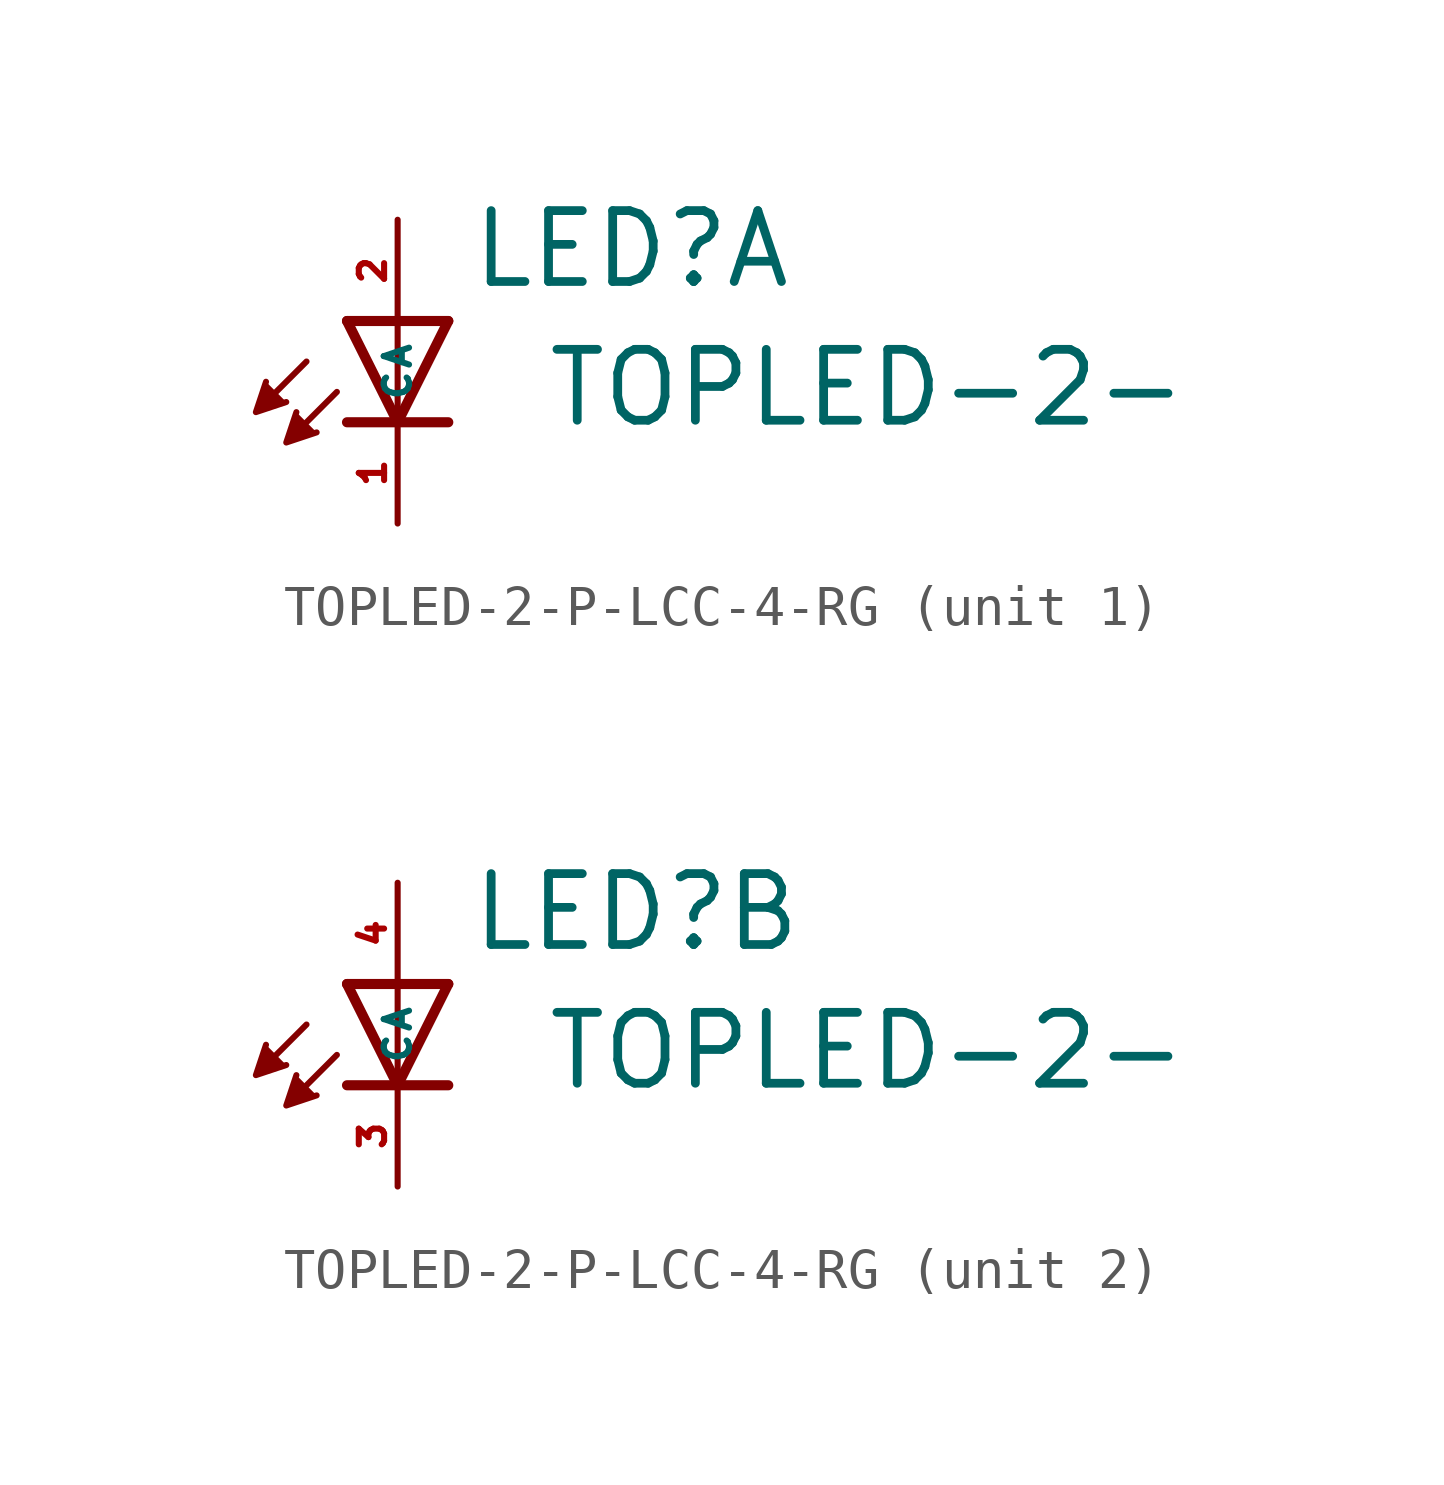
<source format=kicad_sym>
(kicad_symbol_lib
  (version 20220914)
  (generator kicad_symbol_editor)
  (symbol "TOPLED-2-P-LCC-4-RG"
    (property "Reference" "LED"
      (at 1.778 0.762 0)
      (effects (font (size 1.778 1.778) (thickness 0.22)) (justify left bottom)))
    (property "Value" "TOPLED-2-"
      (at 3.683 -2.718 0)
      (effects (font (size 1.778 1.778) (thickness 0.22)) (justify left bottom)))
    (symbol "TOPLED-2-P-LCC-4-RG_1_0"
      (polyline (pts (xy -2.286 -1.016) (xy -3.175 -1.905)) (stroke (width 0.152) (type default)) (fill (type none)))
      (polyline (pts (xy -1.524 -1.778) (xy -2.413 -2.667)) (stroke (width 0.152) (type default)) (fill (type none)))
      (polyline (pts (xy 0 -2.54) (xy -1.27 -2.54)) (stroke (width 0.254) (type default)) (fill (type none)))
      (polyline (pts (xy 0 -2.54) (xy -1.27 0)) (stroke (width 0.254) (type default)) (fill (type none)))
      (polyline (pts (xy 0 0) (xy -1.27 0)) (stroke (width 0.254) (type default)) (fill (type none)))
      (polyline (pts (xy 0 0) (xy 0 -2.54)) (stroke (width 0.152) (type default)) (fill (type none)))
      (polyline (pts (xy 1.27 -2.54) (xy 0 -2.54)) (stroke (width 0.254) (type default)) (fill (type none)))
      (polyline (pts (xy 1.27 0) (xy 0 -2.54)) (stroke (width 0.254) (type default)) (fill (type none)))
      (polyline (pts (xy 1.27 0) (xy 0 0)) (stroke (width 0.254) (type default)) (fill (type none)))
      (polyline (pts (xy -3.302 -1.524) (xy -3.556 -2.286) (xy -2.794 -2.032)) (stroke (width 0.152) (type default)) (fill (type outline)))
      (polyline (pts (xy -2.54 -2.286) (xy -2.794 -3.048) (xy -2.032 -2.794)) (stroke (width 0.152) (type default)) (fill (type outline)))
      (pin passive line (at 0 -5.08 90) (length 2.54) (name "C" (effects (font (size 0.635 0.635)))) (number "1" (effects (font (size 0.635 0.635)))))
      (pin passive line (at 0 2.54 270) (length 2.54) (name "A" (effects (font (size 0.635 0.635)))) (number "2" (effects (font (size 0.635 0.635))))))
    (symbol "TOPLED-2-P-LCC-4-RG_2_0"
      (polyline (pts (xy -2.286 -1.016) (xy -3.175 -1.905)) (stroke (width 0.152) (type default)) (fill (type none)))
      (polyline (pts (xy -1.524 -1.778) (xy -2.413 -2.667)) (stroke (width 0.152) (type default)) (fill (type none)))
      (polyline (pts (xy 0 -2.54) (xy -1.27 -2.54)) (stroke (width 0.254) (type default)) (fill (type none)))
      (polyline (pts (xy 0 -2.54) (xy -1.27 0)) (stroke (width 0.254) (type default)) (fill (type none)))
      (polyline (pts (xy 0 0) (xy -1.27 0)) (stroke (width 0.254) (type default)) (fill (type none)))
      (polyline (pts (xy 0 0) (xy 0 -2.54)) (stroke (width 0.152) (type default)) (fill (type none)))
      (polyline (pts (xy 1.27 -2.54) (xy 0 -2.54)) (stroke (width 0.254) (type default)) (fill (type none)))
      (polyline (pts (xy 1.27 0) (xy 0 -2.54)) (stroke (width 0.254) (type default)) (fill (type none)))
      (polyline (pts (xy 1.27 0) (xy 0 0)) (stroke (width 0.254) (type default)) (fill (type none)))
      (polyline (pts (xy -3.302 -1.524) (xy -3.556 -2.286) (xy -2.794 -2.032)) (stroke (width 0.152) (type default)) (fill (type outline)))
      (polyline (pts (xy -2.54 -2.286) (xy -2.794 -3.048) (xy -2.032 -2.794)) (stroke (width 0.152) (type default)) (fill (type outline)))
      (pin passive line (at 0 -5.08 90) (length 2.54) (name "C" (effects (font (size 0.635 0.635)))) (number "3" (effects (font (size 0.635 0.635)))))
      (pin passive line (at 0 2.54 270) (length 2.54) (name "A" (effects (font (size 0.635 0.635)))) (number "4" (effects (font (size 0.635 0.635))))))))
</source>
